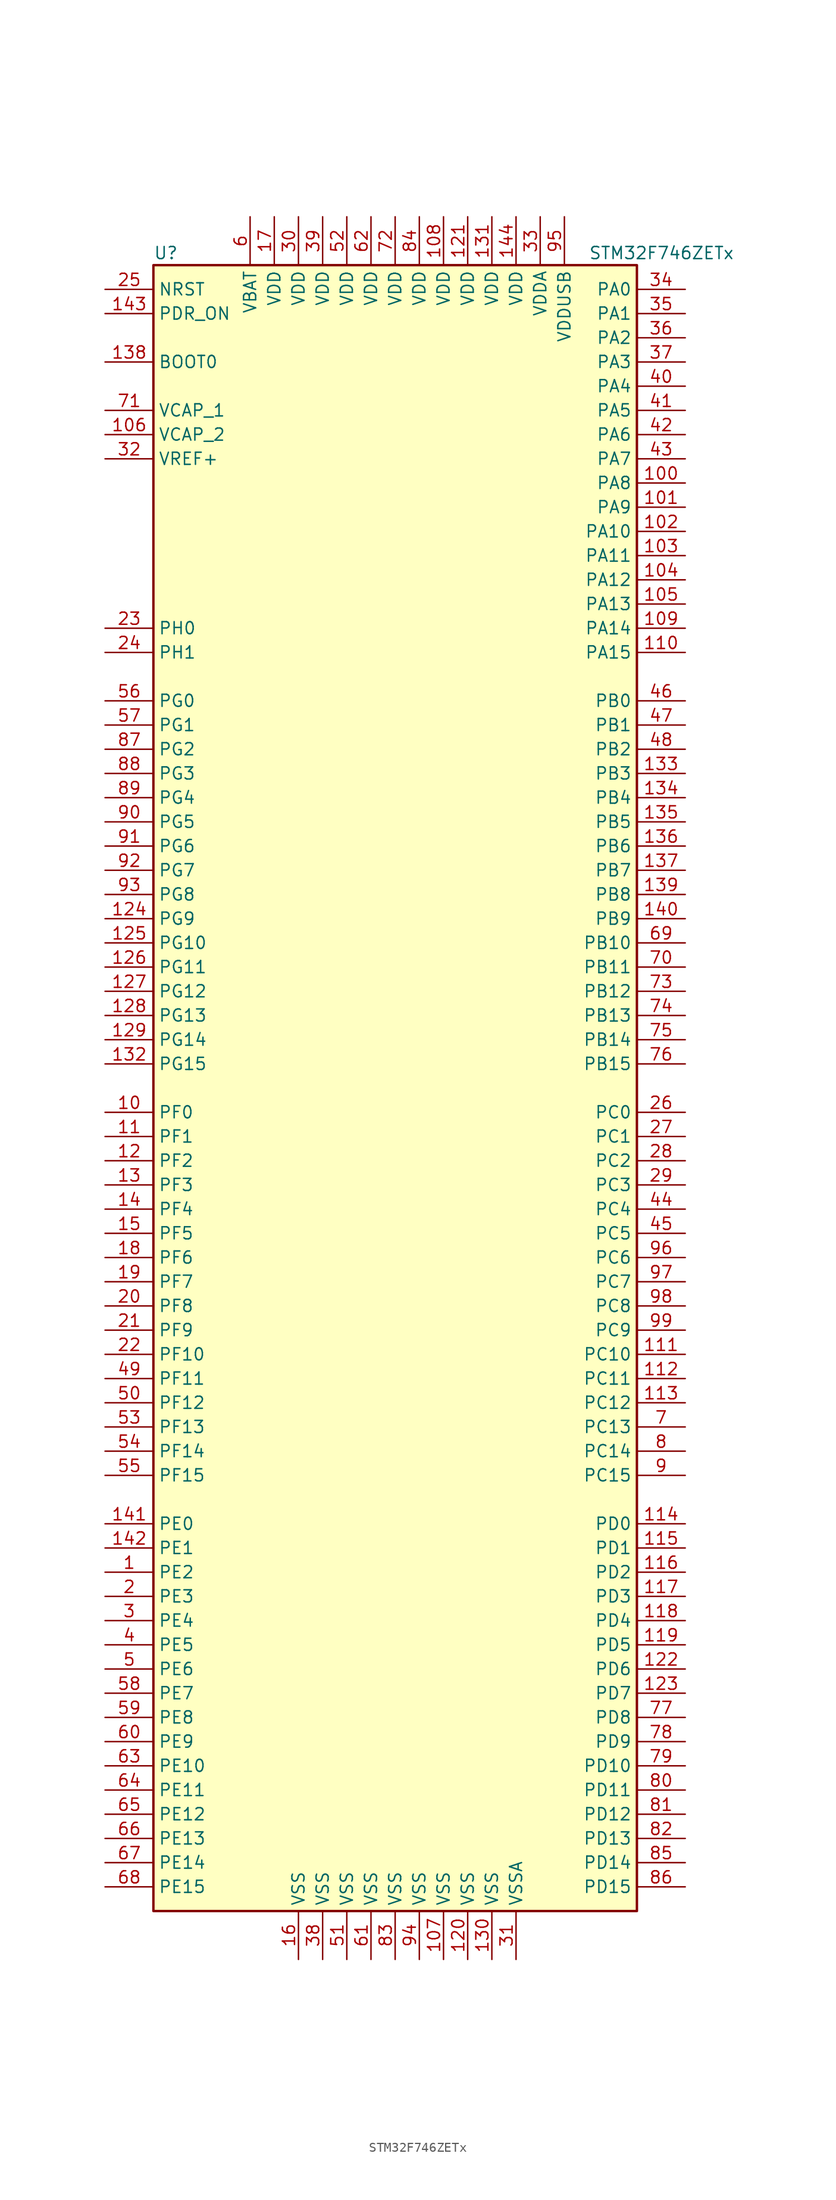
<source format=kicad_sym>
(kicad_symbol_lib
  (version 20220914)
  (generator kicad_symbol_editor)
  (symbol "STM32F746ZETx"
    (property "Reference" "U"
      (at -25.4 87.63 0)
      (effects (font (size 1.27 1.27)) (justify left)))
    (property "Value" "STM32F746ZETx"
      (at 20.32 87.63 0)
      (effects (font (size 1.27 1.27)) (justify left)))
    (symbol "STM32F746ZETx_0_1"
      (rectangle (start -25.4 -86.36) (end 25.4 86.36) (stroke (width 0.254) (type default)) (fill (type background))))
    (symbol "STM32F746ZETx_1_1"
      (pin bidirectional line (at -30.48 -50.8 0) (length 5.08) (name "PE2" (effects (font (size 1.27 1.27)))) (number "1" (effects (font (size 1.27 1.27)))))
      (pin bidirectional line (at -30.48 -2.54 0) (length 5.08) (name "PF0" (effects (font (size 1.27 1.27)))) (number "10" (effects (font (size 1.27 1.27)))))
      (pin bidirectional line (at 30.48 63.5 180) (length 5.08) (name "PA8" (effects (font (size 1.27 1.27)))) (number "100" (effects (font (size 1.27 1.27)))))
      (pin bidirectional line (at 30.48 60.96 180) (length 5.08) (name "PA9" (effects (font (size 1.27 1.27)))) (number "101" (effects (font (size 1.27 1.27)))))
      (pin bidirectional line (at 30.48 58.42 180) (length 5.08) (name "PA10" (effects (font (size 1.27 1.27)))) (number "102" (effects (font (size 1.27 1.27)))))
      (pin bidirectional line (at 30.48 55.88 180) (length 5.08) (name "PA11" (effects (font (size 1.27 1.27)))) (number "103" (effects (font (size 1.27 1.27)))))
      (pin bidirectional line (at 30.48 53.34 180) (length 5.08) (name "PA12" (effects (font (size 1.27 1.27)))) (number "104" (effects (font (size 1.27 1.27)))))
      (pin bidirectional line (at 30.48 50.8 180) (length 5.08) (name "PA13" (effects (font (size 1.27 1.27)))) (number "105" (effects (font (size 1.27 1.27)))))
      (pin power_in line (at -30.48 68.58 0) (length 5.08) (name "VCAP_2" (effects (font (size 1.27 1.27)))) (number "106" (effects (font (size 1.27 1.27)))))
      (pin power_in line (at 5.08 -91.44 90) (length 5.08) (name "VSS" (effects (font (size 1.27 1.27)))) (number "107" (effects (font (size 1.27 1.27)))))
      (pin power_in line (at 5.08 91.44 270) (length 5.08) (name "VDD" (effects (font (size 1.27 1.27)))) (number "108" (effects (font (size 1.27 1.27)))))
      (pin bidirectional line (at 30.48 48.26 180) (length 5.08) (name "PA14" (effects (font (size 1.27 1.27)))) (number "109" (effects (font (size 1.27 1.27)))))
      (pin bidirectional line (at -30.48 -5.08 0) (length 5.08) (name "PF1" (effects (font (size 1.27 1.27)))) (number "11" (effects (font (size 1.27 1.27)))))
      (pin bidirectional line (at 30.48 45.72 180) (length 5.08) (name "PA15" (effects (font (size 1.27 1.27)))) (number "110" (effects (font (size 1.27 1.27)))))
      (pin bidirectional line (at 30.48 -27.94 180) (length 5.08) (name "PC10" (effects (font (size 1.27 1.27)))) (number "111" (effects (font (size 1.27 1.27)))))
      (pin bidirectional line (at 30.48 -30.48 180) (length 5.08) (name "PC11" (effects (font (size 1.27 1.27)))) (number "112" (effects (font (size 1.27 1.27)))))
      (pin bidirectional line (at 30.48 -33.02 180) (length 5.08) (name "PC12" (effects (font (size 1.27 1.27)))) (number "113" (effects (font (size 1.27 1.27)))))
      (pin bidirectional line (at 30.48 -45.72 180) (length 5.08) (name "PD0" (effects (font (size 1.27 1.27)))) (number "114" (effects (font (size 1.27 1.27)))))
      (pin bidirectional line (at 30.48 -48.26 180) (length 5.08) (name "PD1" (effects (font (size 1.27 1.27)))) (number "115" (effects (font (size 1.27 1.27)))))
      (pin bidirectional line (at 30.48 -50.8 180) (length 5.08) (name "PD2" (effects (font (size 1.27 1.27)))) (number "116" (effects (font (size 1.27 1.27)))))
      (pin bidirectional line (at 30.48 -53.34 180) (length 5.08) (name "PD3" (effects (font (size 1.27 1.27)))) (number "117" (effects (font (size 1.27 1.27)))))
      (pin bidirectional line (at 30.48 -55.88 180) (length 5.08) (name "PD4" (effects (font (size 1.27 1.27)))) (number "118" (effects (font (size 1.27 1.27)))))
      (pin bidirectional line (at 30.48 -58.42 180) (length 5.08) (name "PD5" (effects (font (size 1.27 1.27)))) (number "119" (effects (font (size 1.27 1.27)))))
      (pin bidirectional line (at -30.48 -7.62 0) (length 5.08) (name "PF2" (effects (font (size 1.27 1.27)))) (number "12" (effects (font (size 1.27 1.27)))))
      (pin power_in line (at 7.62 -91.44 90) (length 5.08) (name "VSS" (effects (font (size 1.27 1.27)))) (number "120" (effects (font (size 1.27 1.27)))))
      (pin power_in line (at 7.62 91.44 270) (length 5.08) (name "VDD" (effects (font (size 1.27 1.27)))) (number "121" (effects (font (size 1.27 1.27)))))
      (pin bidirectional line (at 30.48 -60.96 180) (length 5.08) (name "PD6" (effects (font (size 1.27 1.27)))) (number "122" (effects (font (size 1.27 1.27)))))
      (pin bidirectional line (at 30.48 -63.5 180) (length 5.08) (name "PD7" (effects (font (size 1.27 1.27)))) (number "123" (effects (font (size 1.27 1.27)))))
      (pin bidirectional line (at -30.48 17.78 0) (length 5.08) (name "PG9" (effects (font (size 1.27 1.27)))) (number "124" (effects (font (size 1.27 1.27)))))
      (pin bidirectional line (at -30.48 15.24 0) (length 5.08) (name "PG10" (effects (font (size 1.27 1.27)))) (number "125" (effects (font (size 1.27 1.27)))))
      (pin bidirectional line (at -30.48 12.7 0) (length 5.08) (name "PG11" (effects (font (size 1.27 1.27)))) (number "126" (effects (font (size 1.27 1.27)))))
      (pin bidirectional line (at -30.48 10.16 0) (length 5.08) (name "PG12" (effects (font (size 1.27 1.27)))) (number "127" (effects (font (size 1.27 1.27)))))
      (pin bidirectional line (at -30.48 7.62 0) (length 5.08) (name "PG13" (effects (font (size 1.27 1.27)))) (number "128" (effects (font (size 1.27 1.27)))))
      (pin bidirectional line (at -30.48 5.08 0) (length 5.08) (name "PG14" (effects (font (size 1.27 1.27)))) (number "129" (effects (font (size 1.27 1.27)))))
      (pin bidirectional line (at -30.48 -10.16 0) (length 5.08) (name "PF3" (effects (font (size 1.27 1.27)))) (number "13" (effects (font (size 1.27 1.27)))))
      (pin power_in line (at 10.16 -91.44 90) (length 5.08) (name "VSS" (effects (font (size 1.27 1.27)))) (number "130" (effects (font (size 1.27 1.27)))))
      (pin power_in line (at 10.16 91.44 270) (length 5.08) (name "VDD" (effects (font (size 1.27 1.27)))) (number "131" (effects (font (size 1.27 1.27)))))
      (pin bidirectional line (at -30.48 2.54 0) (length 5.08) (name "PG15" (effects (font (size 1.27 1.27)))) (number "132" (effects (font (size 1.27 1.27)))))
      (pin bidirectional line (at 30.48 33.02 180) (length 5.08) (name "PB3" (effects (font (size 1.27 1.27)))) (number "133" (effects (font (size 1.27 1.27)))))
      (pin bidirectional line (at 30.48 30.48 180) (length 5.08) (name "PB4" (effects (font (size 1.27 1.27)))) (number "134" (effects (font (size 1.27 1.27)))))
      (pin bidirectional line (at 30.48 27.94 180) (length 5.08) (name "PB5" (effects (font (size 1.27 1.27)))) (number "135" (effects (font (size 1.27 1.27)))))
      (pin bidirectional line (at 30.48 25.4 180) (length 5.08) (name "PB6" (effects (font (size 1.27 1.27)))) (number "136" (effects (font (size 1.27 1.27)))))
      (pin bidirectional line (at 30.48 22.86 180) (length 5.08) (name "PB7" (effects (font (size 1.27 1.27)))) (number "137" (effects (font (size 1.27 1.27)))))
      (pin input line (at -30.48 76.2 0) (length 5.08) (name "BOOT0" (effects (font (size 1.27 1.27)))) (number "138" (effects (font (size 1.27 1.27)))))
      (pin bidirectional line (at 30.48 20.32 180) (length 5.08) (name "PB8" (effects (font (size 1.27 1.27)))) (number "139" (effects (font (size 1.27 1.27)))))
      (pin bidirectional line (at -30.48 -12.7 0) (length 5.08) (name "PF4" (effects (font (size 1.27 1.27)))) (number "14" (effects (font (size 1.27 1.27)))))
      (pin bidirectional line (at 30.48 17.78 180) (length 5.08) (name "PB9" (effects (font (size 1.27 1.27)))) (number "140" (effects (font (size 1.27 1.27)))))
      (pin bidirectional line (at -30.48 -45.72 0) (length 5.08) (name "PE0" (effects (font (size 1.27 1.27)))) (number "141" (effects (font (size 1.27 1.27)))))
      (pin bidirectional line (at -30.48 -48.26 0) (length 5.08) (name "PE1" (effects (font (size 1.27 1.27)))) (number "142" (effects (font (size 1.27 1.27)))))
      (pin input line (at -30.48 81.28 0) (length 5.08) (name "PDR_ON" (effects (font (size 1.27 1.27)))) (number "143" (effects (font (size 1.27 1.27)))))
      (pin power_in line (at 12.7 91.44 270) (length 5.08) (name "VDD" (effects (font (size 1.27 1.27)))) (number "144" (effects (font (size 1.27 1.27)))))
      (pin bidirectional line (at -30.48 -15.24 0) (length 5.08) (name "PF5" (effects (font (size 1.27 1.27)))) (number "15" (effects (font (size 1.27 1.27)))))
      (pin power_in line (at -10.16 -91.44 90) (length 5.08) (name "VSS" (effects (font (size 1.27 1.27)))) (number "16" (effects (font (size 1.27 1.27)))))
      (pin power_in line (at -12.7 91.44 270) (length 5.08) (name "VDD" (effects (font (size 1.27 1.27)))) (number "17" (effects (font (size 1.27 1.27)))))
      (pin bidirectional line (at -30.48 -17.78 0) (length 5.08) (name "PF6" (effects (font (size 1.27 1.27)))) (number "18" (effects (font (size 1.27 1.27)))))
      (pin bidirectional line (at -30.48 -20.32 0) (length 5.08) (name "PF7" (effects (font (size 1.27 1.27)))) (number "19" (effects (font (size 1.27 1.27)))))
      (pin bidirectional line (at -30.48 -53.34 0) (length 5.08) (name "PE3" (effects (font (size 1.27 1.27)))) (number "2" (effects (font (size 1.27 1.27)))))
      (pin bidirectional line (at -30.48 -22.86 0) (length 5.08) (name "PF8" (effects (font (size 1.27 1.27)))) (number "20" (effects (font (size 1.27 1.27)))))
      (pin bidirectional line (at -30.48 -25.4 0) (length 5.08) (name "PF9" (effects (font (size 1.27 1.27)))) (number "21" (effects (font (size 1.27 1.27)))))
      (pin bidirectional line (at -30.48 -27.94 0) (length 5.08) (name "PF10" (effects (font (size 1.27 1.27)))) (number "22" (effects (font (size 1.27 1.27)))))
      (pin input line (at -30.48 48.26 0) (length 5.08) (name "PH0" (effects (font (size 1.27 1.27)))) (number "23" (effects (font (size 1.27 1.27)))))
      (pin input line (at -30.48 45.72 0) (length 5.08) (name "PH1" (effects (font (size 1.27 1.27)))) (number "24" (effects (font (size 1.27 1.27)))))
      (pin input line (at -30.48 83.82 0) (length 5.08) (name "NRST" (effects (font (size 1.27 1.27)))) (number "25" (effects (font (size 1.27 1.27)))))
      (pin bidirectional line (at 30.48 -2.54 180) (length 5.08) (name "PC0" (effects (font (size 1.27 1.27)))) (number "26" (effects (font (size 1.27 1.27)))))
      (pin bidirectional line (at 30.48 -5.08 180) (length 5.08) (name "PC1" (effects (font (size 1.27 1.27)))) (number "27" (effects (font (size 1.27 1.27)))))
      (pin bidirectional line (at 30.48 -7.62 180) (length 5.08) (name "PC2" (effects (font (size 1.27 1.27)))) (number "28" (effects (font (size 1.27 1.27)))))
      (pin bidirectional line (at 30.48 -10.16 180) (length 5.08) (name "PC3" (effects (font (size 1.27 1.27)))) (number "29" (effects (font (size 1.27 1.27)))))
      (pin bidirectional line (at -30.48 -55.88 0) (length 5.08) (name "PE4" (effects (font (size 1.27 1.27)))) (number "3" (effects (font (size 1.27 1.27)))))
      (pin power_in line (at -10.16 91.44 270) (length 5.08) (name "VDD" (effects (font (size 1.27 1.27)))) (number "30" (effects (font (size 1.27 1.27)))))
      (pin power_in line (at 12.7 -91.44 90) (length 5.08) (name "VSSA" (effects (font (size 1.27 1.27)))) (number "31" (effects (font (size 1.27 1.27)))))
      (pin power_in line (at -30.48 66.04 0) (length 5.08) (name "VREF+" (effects (font (size 1.27 1.27)))) (number "32" (effects (font (size 1.27 1.27)))))
      (pin power_in line (at 15.24 91.44 270) (length 5.08) (name "VDDA" (effects (font (size 1.27 1.27)))) (number "33" (effects (font (size 1.27 1.27)))))
      (pin bidirectional line (at 30.48 83.82 180) (length 5.08) (name "PA0" (effects (font (size 1.27 1.27)))) (number "34" (effects (font (size 1.27 1.27)))))
      (pin bidirectional line (at 30.48 81.28 180) (length 5.08) (name "PA1" (effects (font (size 1.27 1.27)))) (number "35" (effects (font (size 1.27 1.27)))))
      (pin bidirectional line (at 30.48 78.74 180) (length 5.08) (name "PA2" (effects (font (size 1.27 1.27)))) (number "36" (effects (font (size 1.27 1.27)))))
      (pin bidirectional line (at 30.48 76.2 180) (length 5.08) (name "PA3" (effects (font (size 1.27 1.27)))) (number "37" (effects (font (size 1.27 1.27)))))
      (pin power_in line (at -7.62 -91.44 90) (length 5.08) (name "VSS" (effects (font (size 1.27 1.27)))) (number "38" (effects (font (size 1.27 1.27)))))
      (pin power_in line (at -7.62 91.44 270) (length 5.08) (name "VDD" (effects (font (size 1.27 1.27)))) (number "39" (effects (font (size 1.27 1.27)))))
      (pin bidirectional line (at -30.48 -58.42 0) (length 5.08) (name "PE5" (effects (font (size 1.27 1.27)))) (number "4" (effects (font (size 1.27 1.27)))))
      (pin bidirectional line (at 30.48 73.66 180) (length 5.08) (name "PA4" (effects (font (size 1.27 1.27)))) (number "40" (effects (font (size 1.27 1.27)))))
      (pin bidirectional line (at 30.48 71.12 180) (length 5.08) (name "PA5" (effects (font (size 1.27 1.27)))) (number "41" (effects (font (size 1.27 1.27)))))
      (pin bidirectional line (at 30.48 68.58 180) (length 5.08) (name "PA6" (effects (font (size 1.27 1.27)))) (number "42" (effects (font (size 1.27 1.27)))))
      (pin bidirectional line (at 30.48 66.04 180) (length 5.08) (name "PA7" (effects (font (size 1.27 1.27)))) (number "43" (effects (font (size 1.27 1.27)))))
      (pin bidirectional line (at 30.48 -12.7 180) (length 5.08) (name "PC4" (effects (font (size 1.27 1.27)))) (number "44" (effects (font (size 1.27 1.27)))))
      (pin bidirectional line (at 30.48 -15.24 180) (length 5.08) (name "PC5" (effects (font (size 1.27 1.27)))) (number "45" (effects (font (size 1.27 1.27)))))
      (pin bidirectional line (at 30.48 40.64 180) (length 5.08) (name "PB0" (effects (font (size 1.27 1.27)))) (number "46" (effects (font (size 1.27 1.27)))))
      (pin bidirectional line (at 30.48 38.1 180) (length 5.08) (name "PB1" (effects (font (size 1.27 1.27)))) (number "47" (effects (font (size 1.27 1.27)))))
      (pin bidirectional line (at 30.48 35.56 180) (length 5.08) (name "PB2" (effects (font (size 1.27 1.27)))) (number "48" (effects (font (size 1.27 1.27)))))
      (pin bidirectional line (at -30.48 -30.48 0) (length 5.08) (name "PF11" (effects (font (size 1.27 1.27)))) (number "49" (effects (font (size 1.27 1.27)))))
      (pin bidirectional line (at -30.48 -60.96 0) (length 5.08) (name "PE6" (effects (font (size 1.27 1.27)))) (number "5" (effects (font (size 1.27 1.27)))))
      (pin bidirectional line (at -30.48 -33.02 0) (length 5.08) (name "PF12" (effects (font (size 1.27 1.27)))) (number "50" (effects (font (size 1.27 1.27)))))
      (pin power_in line (at -5.08 -91.44 90) (length 5.08) (name "VSS" (effects (font (size 1.27 1.27)))) (number "51" (effects (font (size 1.27 1.27)))))
      (pin power_in line (at -5.08 91.44 270) (length 5.08) (name "VDD" (effects (font (size 1.27 1.27)))) (number "52" (effects (font (size 1.27 1.27)))))
      (pin bidirectional line (at -30.48 -35.56 0) (length 5.08) (name "PF13" (effects (font (size 1.27 1.27)))) (number "53" (effects (font (size 1.27 1.27)))))
      (pin bidirectional line (at -30.48 -38.1 0) (length 5.08) (name "PF14" (effects (font (size 1.27 1.27)))) (number "54" (effects (font (size 1.27 1.27)))))
      (pin bidirectional line (at -30.48 -40.64 0) (length 5.08) (name "PF15" (effects (font (size 1.27 1.27)))) (number "55" (effects (font (size 1.27 1.27)))))
      (pin bidirectional line (at -30.48 40.64 0) (length 5.08) (name "PG0" (effects (font (size 1.27 1.27)))) (number "56" (effects (font (size 1.27 1.27)))))
      (pin bidirectional line (at -30.48 38.1 0) (length 5.08) (name "PG1" (effects (font (size 1.27 1.27)))) (number "57" (effects (font (size 1.27 1.27)))))
      (pin bidirectional line (at -30.48 -63.5 0) (length 5.08) (name "PE7" (effects (font (size 1.27 1.27)))) (number "58" (effects (font (size 1.27 1.27)))))
      (pin bidirectional line (at -30.48 -66.04 0) (length 5.08) (name "PE8" (effects (font (size 1.27 1.27)))) (number "59" (effects (font (size 1.27 1.27)))))
      (pin power_in line (at -15.24 91.44 270) (length 5.08) (name "VBAT" (effects (font (size 1.27 1.27)))) (number "6" (effects (font (size 1.27 1.27)))))
      (pin bidirectional line (at -30.48 -68.58 0) (length 5.08) (name "PE9" (effects (font (size 1.27 1.27)))) (number "60" (effects (font (size 1.27 1.27)))))
      (pin power_in line (at -2.54 -91.44 90) (length 5.08) (name "VSS" (effects (font (size 1.27 1.27)))) (number "61" (effects (font (size 1.27 1.27)))))
      (pin power_in line (at -2.54 91.44 270) (length 5.08) (name "VDD" (effects (font (size 1.27 1.27)))) (number "62" (effects (font (size 1.27 1.27)))))
      (pin bidirectional line (at -30.48 -71.12 0) (length 5.08) (name "PE10" (effects (font (size 1.27 1.27)))) (number "63" (effects (font (size 1.27 1.27)))))
      (pin bidirectional line (at -30.48 -73.66 0) (length 5.08) (name "PE11" (effects (font (size 1.27 1.27)))) (number "64" (effects (font (size 1.27 1.27)))))
      (pin bidirectional line (at -30.48 -76.2 0) (length 5.08) (name "PE12" (effects (font (size 1.27 1.27)))) (number "65" (effects (font (size 1.27 1.27)))))
      (pin bidirectional line (at -30.48 -78.74 0) (length 5.08) (name "PE13" (effects (font (size 1.27 1.27)))) (number "66" (effects (font (size 1.27 1.27)))))
      (pin bidirectional line (at -30.48 -81.28 0) (length 5.08) (name "PE14" (effects (font (size 1.27 1.27)))) (number "67" (effects (font (size 1.27 1.27)))))
      (pin bidirectional line (at -30.48 -83.82 0) (length 5.08) (name "PE15" (effects (font (size 1.27 1.27)))) (number "68" (effects (font (size 1.27 1.27)))))
      (pin bidirectional line (at 30.48 15.24 180) (length 5.08) (name "PB10" (effects (font (size 1.27 1.27)))) (number "69" (effects (font (size 1.27 1.27)))))
      (pin bidirectional line (at 30.48 -35.56 180) (length 5.08) (name "PC13" (effects (font (size 1.27 1.27)))) (number "7" (effects (font (size 1.27 1.27)))))
      (pin bidirectional line (at 30.48 12.7 180) (length 5.08) (name "PB11" (effects (font (size 1.27 1.27)))) (number "70" (effects (font (size 1.27 1.27)))))
      (pin power_in line (at -30.48 71.12 0) (length 5.08) (name "VCAP_1" (effects (font (size 1.27 1.27)))) (number "71" (effects (font (size 1.27 1.27)))))
      (pin power_in line (at 0 91.44 270) (length 5.08) (name "VDD" (effects (font (size 1.27 1.27)))) (number "72" (effects (font (size 1.27 1.27)))))
      (pin bidirectional line (at 30.48 10.16 180) (length 5.08) (name "PB12" (effects (font (size 1.27 1.27)))) (number "73" (effects (font (size 1.27 1.27)))))
      (pin bidirectional line (at 30.48 7.62 180) (length 5.08) (name "PB13" (effects (font (size 1.27 1.27)))) (number "74" (effects (font (size 1.27 1.27)))))
      (pin bidirectional line (at 30.48 5.08 180) (length 5.08) (name "PB14" (effects (font (size 1.27 1.27)))) (number "75" (effects (font (size 1.27 1.27)))))
      (pin bidirectional line (at 30.48 2.54 180) (length 5.08) (name "PB15" (effects (font (size 1.27 1.27)))) (number "76" (effects (font (size 1.27 1.27)))))
      (pin bidirectional line (at 30.48 -66.04 180) (length 5.08) (name "PD8" (effects (font (size 1.27 1.27)))) (number "77" (effects (font (size 1.27 1.27)))))
      (pin bidirectional line (at 30.48 -68.58 180) (length 5.08) (name "PD9" (effects (font (size 1.27 1.27)))) (number "78" (effects (font (size 1.27 1.27)))))
      (pin bidirectional line (at 30.48 -71.12 180) (length 5.08) (name "PD10" (effects (font (size 1.27 1.27)))) (number "79" (effects (font (size 1.27 1.27)))))
      (pin bidirectional line (at 30.48 -38.1 180) (length 5.08) (name "PC14" (effects (font (size 1.27 1.27)))) (number "8" (effects (font (size 1.27 1.27)))))
      (pin bidirectional line (at 30.48 -73.66 180) (length 5.08) (name "PD11" (effects (font (size 1.27 1.27)))) (number "80" (effects (font (size 1.27 1.27)))))
      (pin bidirectional line (at 30.48 -76.2 180) (length 5.08) (name "PD12" (effects (font (size 1.27 1.27)))) (number "81" (effects (font (size 1.27 1.27)))))
      (pin bidirectional line (at 30.48 -78.74 180) (length 5.08) (name "PD13" (effects (font (size 1.27 1.27)))) (number "82" (effects (font (size 1.27 1.27)))))
      (pin power_in line (at 0 -91.44 90) (length 5.08) (name "VSS" (effects (font (size 1.27 1.27)))) (number "83" (effects (font (size 1.27 1.27)))))
      (pin power_in line (at 2.54 91.44 270) (length 5.08) (name "VDD" (effects (font (size 1.27 1.27)))) (number "84" (effects (font (size 1.27 1.27)))))
      (pin bidirectional line (at 30.48 -81.28 180) (length 5.08) (name "PD14" (effects (font (size 1.27 1.27)))) (number "85" (effects (font (size 1.27 1.27)))))
      (pin bidirectional line (at 30.48 -83.82 180) (length 5.08) (name "PD15" (effects (font (size 1.27 1.27)))) (number "86" (effects (font (size 1.27 1.27)))))
      (pin bidirectional line (at -30.48 35.56 0) (length 5.08) (name "PG2" (effects (font (size 1.27 1.27)))) (number "87" (effects (font (size 1.27 1.27)))))
      (pin bidirectional line (at -30.48 33.02 0) (length 5.08) (name "PG3" (effects (font (size 1.27 1.27)))) (number "88" (effects (font (size 1.27 1.27)))))
      (pin bidirectional line (at -30.48 30.48 0) (length 5.08) (name "PG4" (effects (font (size 1.27 1.27)))) (number "89" (effects (font (size 1.27 1.27)))))
      (pin bidirectional line (at 30.48 -40.64 180) (length 5.08) (name "PC15" (effects (font (size 1.27 1.27)))) (number "9" (effects (font (size 1.27 1.27)))))
      (pin bidirectional line (at -30.48 27.94 0) (length 5.08) (name "PG5" (effects (font (size 1.27 1.27)))) (number "90" (effects (font (size 1.27 1.27)))))
      (pin bidirectional line (at -30.48 25.4 0) (length 5.08) (name "PG6" (effects (font (size 1.27 1.27)))) (number "91" (effects (font (size 1.27 1.27)))))
      (pin bidirectional line (at -30.48 22.86 0) (length 5.08) (name "PG7" (effects (font (size 1.27 1.27)))) (number "92" (effects (font (size 1.27 1.27)))))
      (pin bidirectional line (at -30.48 20.32 0) (length 5.08) (name "PG8" (effects (font (size 1.27 1.27)))) (number "93" (effects (font (size 1.27 1.27)))))
      (pin power_in line (at 2.54 -91.44 90) (length 5.08) (name "VSS" (effects (font (size 1.27 1.27)))) (number "94" (effects (font (size 1.27 1.27)))))
      (pin power_in line (at 17.78 91.44 270) (length 5.08) (name "VDDUSB" (effects (font (size 1.27 1.27)))) (number "95" (effects (font (size 1.27 1.27)))))
      (pin bidirectional line (at 30.48 -17.78 180) (length 5.08) (name "PC6" (effects (font (size 1.27 1.27)))) (number "96" (effects (font (size 1.27 1.27)))))
      (pin bidirectional line (at 30.48 -20.32 180) (length 5.08) (name "PC7" (effects (font (size 1.27 1.27)))) (number "97" (effects (font (size 1.27 1.27)))))
      (pin bidirectional line (at 30.48 -22.86 180) (length 5.08) (name "PC8" (effects (font (size 1.27 1.27)))) (number "98" (effects (font (size 1.27 1.27)))))
      (pin bidirectional line (at 30.48 -25.4 180) (length 5.08) (name "PC9" (effects (font (size 1.27 1.27)))) (number "99" (effects (font (size 1.27 1.27))))))))
</source>
